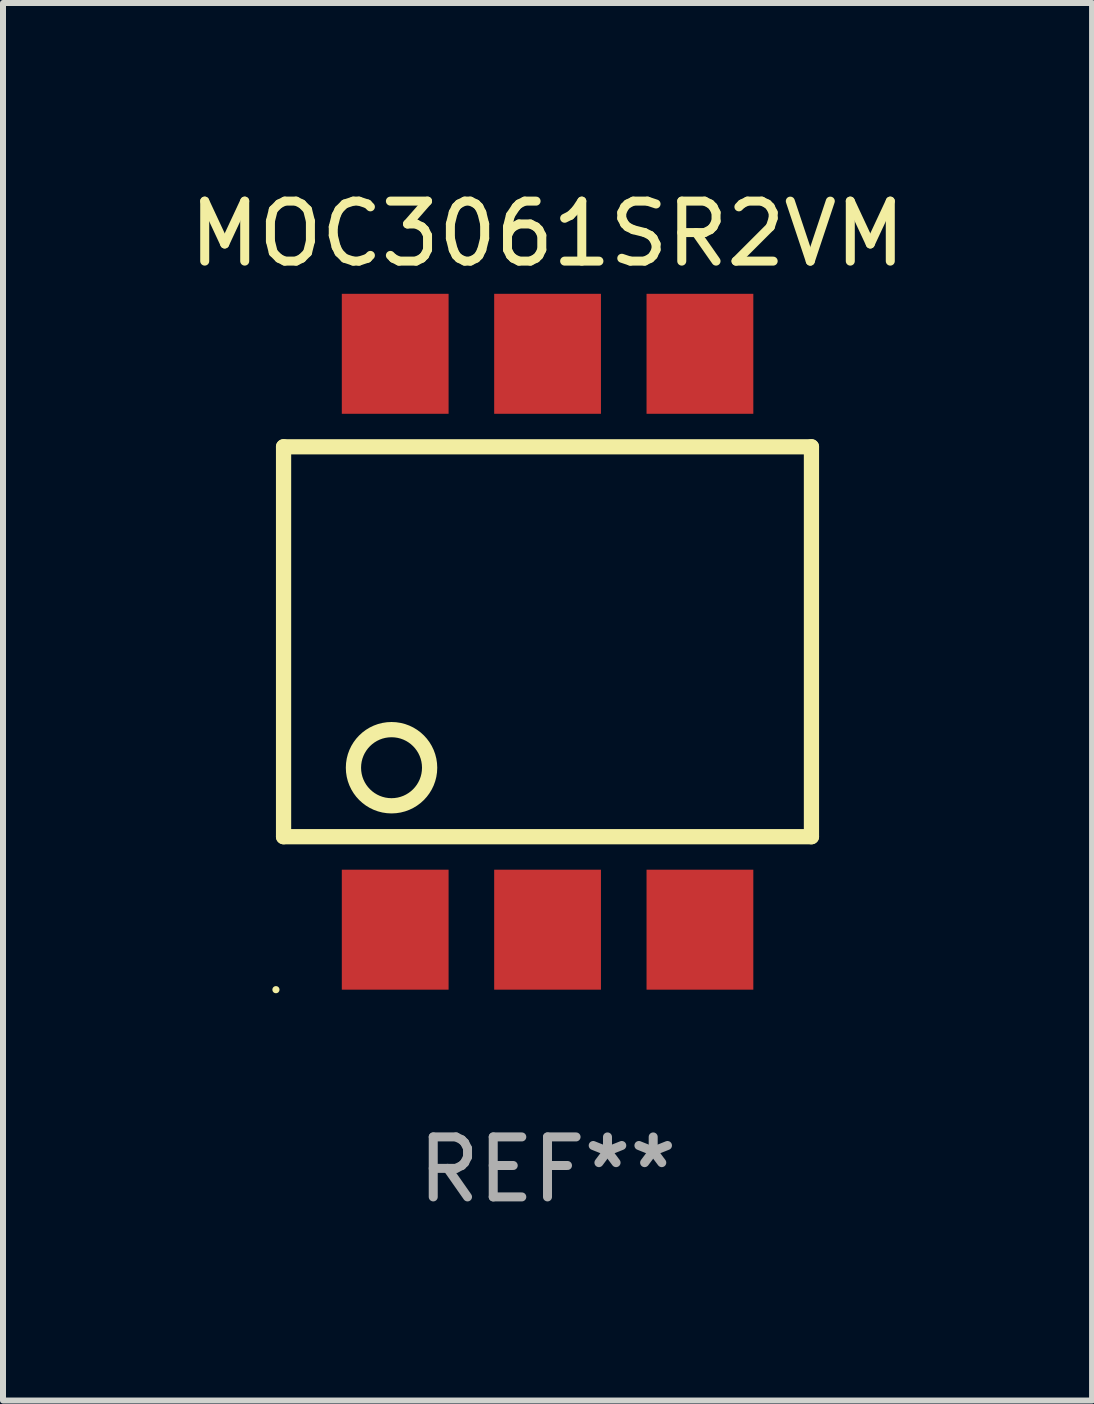
<source format=kicad_pcb>
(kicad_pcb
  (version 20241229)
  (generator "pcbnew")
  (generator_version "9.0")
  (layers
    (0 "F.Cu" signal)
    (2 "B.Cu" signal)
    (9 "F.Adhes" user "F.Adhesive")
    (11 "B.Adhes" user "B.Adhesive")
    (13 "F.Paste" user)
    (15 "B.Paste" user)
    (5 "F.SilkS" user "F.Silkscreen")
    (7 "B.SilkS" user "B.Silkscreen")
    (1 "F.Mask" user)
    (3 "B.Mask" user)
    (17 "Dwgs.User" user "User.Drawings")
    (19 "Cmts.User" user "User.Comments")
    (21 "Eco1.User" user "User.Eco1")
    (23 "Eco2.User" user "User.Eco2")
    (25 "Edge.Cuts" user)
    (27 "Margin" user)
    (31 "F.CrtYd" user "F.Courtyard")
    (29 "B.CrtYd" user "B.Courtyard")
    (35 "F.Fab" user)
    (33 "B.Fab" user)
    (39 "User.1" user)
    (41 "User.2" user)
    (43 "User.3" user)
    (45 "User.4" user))
  (footprint "MOC3061SR2VM"
    (layer "F.Cu")
    (at 6.077 7.648)
    (property "Reference" "MOC3061SR2VM" (at 0 -6.8 0) (layer "F.SilkS") (effects (font (size 1 1) (thickness 0.15))))
    (attr through_hole)
    (fp_line (start -4.4 -3.25) (end -4.4 3.25) (stroke (width 0.254) (type solid)) (layer "F.SilkS"))
    (fp_line (start -4.4 -3.25) (end 4.4 -3.25) (stroke (width 0.254) (type solid)) (layer "F.SilkS"))
    (fp_line (start 4.4 3.25) (end -4.4 3.25) (stroke (width 0.254) (type solid)) (layer "F.SilkS"))
    (fp_line (start 4.4 3.25) (end 4.4 -3.25) (stroke (width 0.254) (type solid)) (layer "F.SilkS"))
    (fp_circle (center -4.527 5.8) (end -4.497 5.8) (stroke (width 0.06) (type solid)) (fill no) (layer "F.SilkS"))
    (fp_circle (center -2.6 2.1) (end -1.965 2.1) (stroke (width 0.254) (type solid)) (fill no) (layer "F.SilkS"))
    (fp_text user "REF**" (at 0 8.8 0) (layer "F.Fab") (effects (font (size 1 1) (thickness 0.15))))
    (pad "1" smd rect (at -2.539 4.8) (size 1.78 2) (layers "F.Cu" "F.Mask" "F.Paste"))
    (pad "2" smd rect (at 0.001 4.8) (size 1.78 2) (layers "F.Cu" "F.Mask" "F.Paste"))
    (pad "3" smd rect (at 2.541 4.8) (size 1.78 2) (layers "F.Cu" "F.Mask" "F.Paste"))
    (pad "4" smd rect (at 2.541 -4.8) (size 1.78 2) (layers "F.Cu" "F.Mask" "F.Paste"))
    (pad "5" smd rect (at 0.001 -4.8) (size 1.78 2) (layers "F.Cu" "F.Mask" "F.Paste"))
    (pad "6" smd rect (at -2.539 -4.8) (size 1.78 2) (layers "F.Cu" "F.Mask" "F.Paste")))
  (gr_rect
    (start -3 -3)
    (end 15.155 20.297)
    (stroke (width 0.1) (type default))
    (fill no)
    (layer "Edge.Cuts")))
</source>
